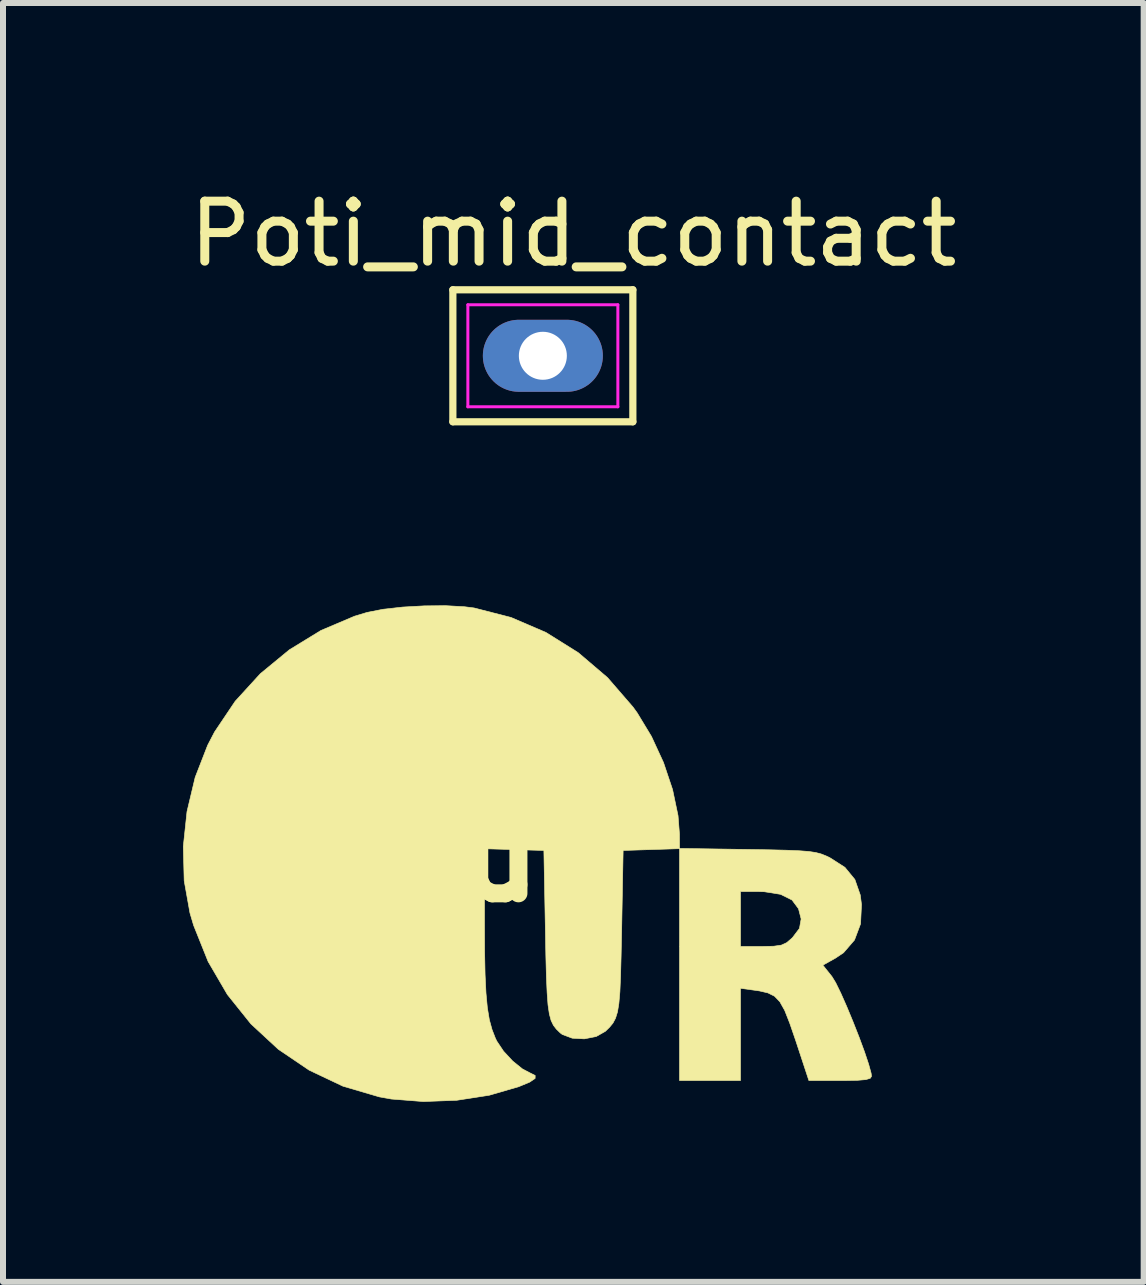
<source format=kicad_pcb>
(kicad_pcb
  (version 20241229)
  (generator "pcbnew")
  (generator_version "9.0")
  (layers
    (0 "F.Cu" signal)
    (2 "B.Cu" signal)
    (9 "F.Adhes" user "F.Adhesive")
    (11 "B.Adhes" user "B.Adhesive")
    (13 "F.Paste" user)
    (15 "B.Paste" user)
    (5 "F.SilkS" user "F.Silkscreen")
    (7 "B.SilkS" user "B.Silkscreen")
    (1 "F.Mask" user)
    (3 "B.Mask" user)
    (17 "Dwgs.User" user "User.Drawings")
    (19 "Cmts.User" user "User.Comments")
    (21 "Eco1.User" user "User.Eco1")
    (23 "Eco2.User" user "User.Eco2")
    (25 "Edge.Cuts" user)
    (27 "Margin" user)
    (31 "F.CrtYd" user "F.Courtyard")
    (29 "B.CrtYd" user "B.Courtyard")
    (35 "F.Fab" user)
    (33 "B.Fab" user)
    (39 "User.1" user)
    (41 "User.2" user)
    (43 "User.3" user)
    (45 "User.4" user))
  (footprint "ur"
    (layer "F.Cu")
    (at 5.736 11.15)
    (property "Reference" "ur" (at 0 0 0) (layer "F.SilkS") (effects (font (size 1.524 1.524) (thickness 0.3))))
    (attr through_hole)
    (fp_poly (pts (xy -1.041 -4.087) (xy -0.884 -4.067) (xy -0.269 -3.909) (xy 0.313 -3.659) (xy 0.852 -3.322) (xy 1.34 -2.906) (xy 1.764 -2.416) (xy 1.833 -2.321) (xy 2.072 -1.926) (xy 2.273 -1.49) (xy 2.424 -1.04) (xy 2.515 -0.606) (xy 2.539 -0.296) (xy 2.54 -0.059) (xy 3.67 -0.042) (xy 4.041 -0.036) (xy 4.325 -0.029) (xy 4.538 -0.02) (xy 4.696 -0.008) (xy 4.813 0.01) (xy 4.906 0.035) (xy 4.988 0.068) (xy 5.043 0.094) (xy 5.296 0.256) (xy 5.462 0.458) (xy 5.552 0.716) (xy 5.573 0.876) (xy 5.557 1.199) (xy 5.456 1.468) (xy 5.273 1.68) (xy 5.14 1.769) (xy 4.929 1.887) (xy 5.08 2.076) (xy 5.143 2.179) (xy 5.228 2.353) (xy 5.327 2.577) (xy 5.431 2.828) (xy 5.533 3.087) (xy 5.623 3.331) (xy 5.692 3.538) (xy 5.733 3.687) (xy 5.74 3.739) (xy 5.719 3.772) (xy 5.646 3.794) (xy 5.505 3.806) (xy 5.281 3.81) (xy 5.218 3.81) (xy 4.696 3.81) (xy 4.478 3.148) (xy 4.377 2.854) (xy 4.293 2.641) (xy 4.212 2.497) (xy 4.123 2.404) (xy 4.013 2.349) (xy 3.871 2.316) (xy 3.794 2.305) (xy 3.556 2.272) (xy 3.556 3.81) (xy 2.54 3.81) (xy 2.54 0.66) (xy 3.556 0.66) (xy 3.556 1.575) (xy 3.916 1.575) (xy 4.11 1.571) (xy 4.236 1.553) (xy 4.326 1.512) (xy 4.412 1.438) (xy 4.424 1.426) (xy 4.539 1.274) (xy 4.567 1.117) (xy 4.523 0.946) (xy 4.415 0.801) (xy 4.224 0.706) (xy 3.955 0.663) (xy 3.863 0.66) (xy 3.556 0.66) (xy 2.54 0.66) (xy 2.54 -0.055) (xy 2.07 -0.04) (xy 1.6 -0.025) (xy 1.575 1.321) (xy 1.566 1.742) (xy 1.557 2.074) (xy 1.546 2.33) (xy 1.529 2.524) (xy 1.506 2.666) (xy 1.473 2.772) (xy 1.43 2.853) (xy 1.374 2.921) (xy 1.303 2.99) (xy 1.151 3.076) (xy 0.953 3.115) (xy 0.752 3.104) (xy 0.586 3.042) (xy 0.552 3.016) (xy 0.488 2.954) (xy 0.438 2.889) (xy 0.399 2.808) (xy 0.37 2.699) (xy 0.348 2.549) (xy 0.333 2.345) (xy 0.321 2.076) (xy 0.312 1.729) (xy 0.305 1.346) (xy 0.279 -0.025) (xy -0.711 -0.054) (xy -0.711 1.189) (xy -0.709 1.66) (xy -0.701 2.043) (xy -0.686 2.351) (xy -0.663 2.598) (xy -0.63 2.797) (xy -0.585 2.961) (xy -0.529 3.105) (xy -0.505 3.154) (xy -0.394 3.32) (xy -0.242 3.484) (xy -0.079 3.616) (xy 0.047 3.682) (xy 0.134 3.725) (xy 0.133 3.775) (xy 0.041 3.837) (xy -0.14 3.912) (xy -0.632 4.055) (xy -1.174 4.139) (xy -1.73 4.16) (xy -2.264 4.118) (xy -2.464 4.082) (xy -3.07 3.904) (xy -3.633 3.637) (xy -4.147 3.289) (xy -4.604 2.866) (xy -4.996 2.377) (xy -5.317 1.827) (xy -5.559 1.223) (xy -5.62 1.017) (xy -5.716 0.48) (xy -5.731 -0.091) (xy -5.669 -0.674) (xy -5.533 -1.244) (xy -5.325 -1.779) (xy -5.21 -2) (xy -4.866 -2.512) (xy -4.446 -2.972) (xy -3.964 -3.369) (xy -3.437 -3.692) (xy -2.876 -3.93) (xy -2.667 -3.993) (xy -2.402 -4.045) (xy -2.072 -4.082) (xy -1.712 -4.102) (xy -1.356 -4.105) (xy -1.041 -4.087)) (stroke (width 0.01) (type solid)) (fill yes) (layer "F.SilkS")))
  (footprint "Poti_mid_contact"
    (layer "F.Cu")
    (at 5.998 2.88)
    (property "Reference" "Poti_mid_contact" (at 0.508 -2.032 0) (layer "F.SilkS") (effects (font (size 1 1) (thickness 0.15))))
    (fp_line (start -1.5 -1.1) (end 1.5 -1.1) (stroke (width 0.12) (type solid)) (layer "F.SilkS"))
    (fp_line (start -1.5 1.1) (end -1.5 -1.1) (stroke (width 0.12) (type solid)) (layer "F.SilkS"))
    (fp_line (start 1.5 -1.1) (end 1.5 1.1) (stroke (width 0.12) (type solid)) (layer "F.SilkS"))
    (fp_line (start 1.5 1.1) (end -1.5 1.1) (stroke (width 0.12) (type solid)) (layer "F.SilkS"))
    (fp_line (start -1.25 -0.85) (end 1.25 -0.85) (stroke (width 0.05) (type solid)) (layer "F.CrtYd"))
    (fp_line (start -1.25 0.85) (end -1.25 -0.85) (stroke (width 0.05) (type solid)) (layer "F.CrtYd"))
    (fp_line (start 1.25 -0.85) (end 1.25 0.85) (stroke (width 0.05) (type solid)) (layer "F.CrtYd"))
    (fp_line (start 1.25 0.85) (end -1.25 0.85) (stroke (width 0.05) (type solid)) (layer "F.CrtYd"))
    (pad "1" thru_hole oval (at 0 0 90) (size 1.2 2) (drill 0.8) (layers "*.Cu" "*.Mask")))
  (gr_rect
    (start -3 -3)
    (end 16.012 18.315)
    (stroke (width 0.1) (type default))
    (fill no)
    (layer "Edge.Cuts")))
</source>
